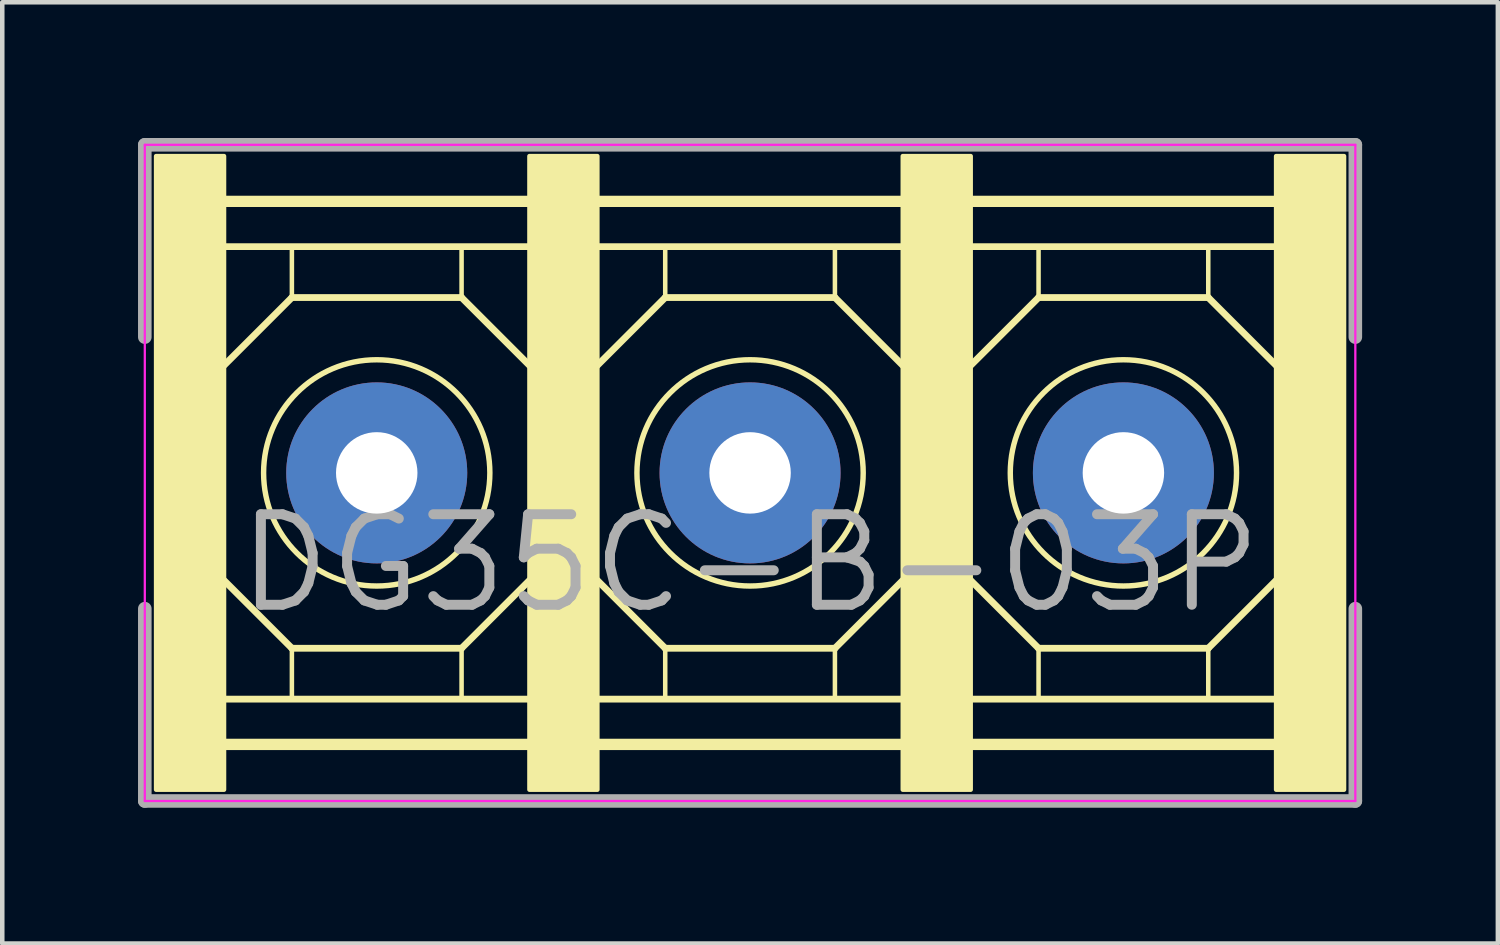
<source format=kicad_pcb>
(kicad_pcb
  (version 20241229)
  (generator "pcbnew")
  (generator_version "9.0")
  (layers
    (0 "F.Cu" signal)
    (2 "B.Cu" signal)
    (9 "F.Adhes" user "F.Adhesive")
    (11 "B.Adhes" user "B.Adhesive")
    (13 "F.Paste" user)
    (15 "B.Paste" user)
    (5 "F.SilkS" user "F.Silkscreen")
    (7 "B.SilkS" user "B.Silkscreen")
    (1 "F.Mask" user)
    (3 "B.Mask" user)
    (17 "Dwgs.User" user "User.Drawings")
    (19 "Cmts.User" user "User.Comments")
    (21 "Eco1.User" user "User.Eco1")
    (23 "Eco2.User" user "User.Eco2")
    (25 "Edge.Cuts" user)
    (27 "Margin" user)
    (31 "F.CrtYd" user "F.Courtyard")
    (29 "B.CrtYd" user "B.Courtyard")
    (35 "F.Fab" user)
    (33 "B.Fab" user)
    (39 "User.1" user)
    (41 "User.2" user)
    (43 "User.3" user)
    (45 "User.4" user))
  (footprint "DG35C-B-03P"
    (layer "F.Cu")
    (at 13.525 7.4)
    (property "Reference" "DG35C-B-03P" (at 0 2 0) (layer "F.Fab") (effects (font (size 2 2) (thickness 0.22))))
    (attr through_hole)
    (fp_line (start -11.625 -6) (end 11.75 -6) (stroke (width 0.25) (type solid)) (layer "F.SilkS"))
    (fp_line (start -11.625 -5) (end -4.875 -5) (stroke (width 0.15) (type solid)) (layer "F.SilkS"))
    (fp_line (start -11.625 -2.375) (end -10.125 -3.875) (stroke (width 0.15) (type solid)) (layer "F.SilkS"))
    (fp_line (start -11.625 6) (end 11.75 6) (stroke (width 0.25) (type solid)) (layer "F.SilkS"))
    (fp_line (start -10.125 -3.875) (end -10.125 -5) (stroke (width 0.1) (type solid)) (layer "F.SilkS"))
    (fp_line (start -10.125 -3.875) (end -6.375 -3.875) (stroke (width 0.15) (type solid)) (layer "F.SilkS"))
    (fp_line (start -10.125 3.875) (end -11.625 2.375) (stroke (width 0.15) (type solid)) (layer "F.SilkS"))
    (fp_line (start -10.125 3.875) (end -10.125 5) (stroke (width 0.1) (type solid)) (layer "F.SilkS"))
    (fp_line (start -6.375 -3.875) (end -6.375 -5) (stroke (width 0.1) (type solid)) (layer "F.SilkS"))
    (fp_line (start -6.375 -3.875) (end -4.875 -2.375) (stroke (width 0.15) (type solid)) (layer "F.SilkS"))
    (fp_line (start -6.375 3.875) (end -10.125 3.875) (stroke (width 0.15) (type solid)) (layer "F.SilkS"))
    (fp_line (start -6.375 3.875) (end -6.375 5) (stroke (width 0.1) (type solid)) (layer "F.SilkS"))
    (fp_line (start -4.875 2.375) (end -6.375 3.875) (stroke (width 0.15) (type solid)) (layer "F.SilkS"))
    (fp_line (start -4.875 5) (end -11.625 5) (stroke (width 0.15) (type solid)) (layer "F.SilkS"))
    (fp_line (start -3.375 -5) (end 3.375 -5) (stroke (width 0.15) (type solid)) (layer "F.SilkS"))
    (fp_line (start -3.375 -2.375) (end -1.875 -3.875) (stroke (width 0.15) (type solid)) (layer "F.SilkS"))
    (fp_line (start -1.875 -3.875) (end -1.875 -5) (stroke (width 0.1) (type solid)) (layer "F.SilkS"))
    (fp_line (start -1.875 -3.875) (end 1.875 -3.875) (stroke (width 0.15) (type solid)) (layer "F.SilkS"))
    (fp_line (start -1.875 3.875) (end -3.375 2.375) (stroke (width 0.15) (type solid)) (layer "F.SilkS"))
    (fp_line (start -1.875 3.875) (end -1.875 5) (stroke (width 0.1) (type solid)) (layer "F.SilkS"))
    (fp_line (start 1.875 -3.875) (end 1.875 -5) (stroke (width 0.1) (type solid)) (layer "F.SilkS"))
    (fp_line (start 1.875 -3.875) (end 3.375 -2.375) (stroke (width 0.15) (type solid)) (layer "F.SilkS"))
    (fp_line (start 1.875 3.875) (end -1.875 3.875) (stroke (width 0.15) (type solid)) (layer "F.SilkS"))
    (fp_line (start 1.875 3.875) (end 1.875 5) (stroke (width 0.1) (type solid)) (layer "F.SilkS"))
    (fp_line (start 3.375 2.375) (end 1.875 3.875) (stroke (width 0.15) (type solid)) (layer "F.SilkS"))
    (fp_line (start 3.375 5) (end -3.375 5) (stroke (width 0.15) (type solid)) (layer "F.SilkS"))
    (fp_line (start 4.875 -5) (end 11.625 -5) (stroke (width 0.15) (type solid)) (layer "F.SilkS"))
    (fp_line (start 4.875 -2.375) (end 6.375 -3.875) (stroke (width 0.15) (type solid)) (layer "F.SilkS"))
    (fp_line (start 6.375 -3.875) (end 6.375 -5) (stroke (width 0.1) (type solid)) (layer "F.SilkS"))
    (fp_line (start 6.375 -3.875) (end 10.125 -3.875) (stroke (width 0.15) (type solid)) (layer "F.SilkS"))
    (fp_line (start 6.375 3.875) (end 4.875 2.375) (stroke (width 0.15) (type solid)) (layer "F.SilkS"))
    (fp_line (start 6.375 3.875) (end 6.375 5) (stroke (width 0.1) (type solid)) (layer "F.SilkS"))
    (fp_line (start 10.125 -3.875) (end 10.125 -5) (stroke (width 0.1) (type solid)) (layer "F.SilkS"))
    (fp_line (start 10.125 -3.875) (end 11.625 -2.375) (stroke (width 0.15) (type solid)) (layer "F.SilkS"))
    (fp_line (start 10.125 3.875) (end 6.375 3.875) (stroke (width 0.15) (type solid)) (layer "F.SilkS"))
    (fp_line (start 10.125 3.875) (end 10.125 5) (stroke (width 0.1) (type solid)) (layer "F.SilkS"))
    (fp_line (start 11.625 2.375) (end 10.125 3.875) (stroke (width 0.15) (type solid)) (layer "F.SilkS"))
    (fp_line (start 11.625 5) (end 4.875 5) (stroke (width 0.15) (type solid)) (layer "F.SilkS"))
    (fp_circle (center -8.25 0) (end -5.75 0) (stroke (width 0.12) (type solid)) (fill no) (layer "F.SilkS"))
    (fp_circle (center 0 0) (end 2.5 0) (stroke (width 0.12) (type solid)) (fill no) (layer "F.SilkS"))
    (fp_circle (center 8.25 0) (end 10.75 0) (stroke (width 0.12) (type solid)) (fill no) (layer "F.SilkS"))
    (fp_poly (pts (xy -11.625 7) (xy -13.125 7) (xy -13.125 -7) (xy -11.625 -7)) (stroke (width 0.1) (type solid)) (fill yes) (layer "F.SilkS"))
    (fp_poly (pts (xy -3.375 7) (xy -4.875 7) (xy -4.875 -7) (xy -3.375 -7)) (stroke (width 0.1) (type solid)) (fill yes) (layer "F.SilkS"))
    (fp_poly (pts (xy 4.875 7) (xy 3.375 7) (xy 3.375 -7) (xy 4.875 -7)) (stroke (width 0.1) (type solid)) (fill yes) (layer "F.SilkS"))
    (fp_poly (pts (xy 13.125 7) (xy 11.625 7) (xy 11.625 -7) (xy 13.125 -7)) (stroke (width 0.1) (type solid)) (fill yes) (layer "F.SilkS"))
    (fp_line (start -13.375 -7.25) (end -13.375 7.25) (stroke (width 0.05) (type solid)) (layer "F.CrtYd"))
    (fp_line (start -13.375 -7.25) (end 13.375 -7.25) (stroke (width 0.05) (type solid)) (layer "F.CrtYd"))
    (fp_line (start -13.375 7.25) (end 13.375 7.25) (stroke (width 0.05) (type solid)) (layer "F.CrtYd"))
    (fp_line (start 13.375 -7.25) (end 13.375 7.25) (stroke (width 0.05) (type solid)) (layer "F.CrtYd"))
    (fp_line (start -13.375 -7.25) (end -13.375 -3) (stroke (width 0.3) (type solid)) (layer "F.Fab"))
    (fp_line (start -13.375 -7.25) (end 13.375 -7.25) (stroke (width 0.3) (type solid)) (layer "F.Fab"))
    (fp_line (start -13.375 3) (end -13.375 7.25) (stroke (width 0.3) (type solid)) (layer "F.Fab"))
    (fp_line (start -13.375 7.25) (end 13.375 7.25) (stroke (width 0.3) (type solid)) (layer "F.Fab"))
    (fp_line (start 13.375 -7.25) (end 13.375 -3) (stroke (width 0.3) (type solid)) (layer "F.Fab"))
    (fp_line (start 13.375 3) (end 13.375 7.25) (stroke (width 0.3) (type solid)) (layer "F.Fab"))
    (pad "1" thru_hole circle (at -8.25 0 90) (size 4 4) (drill 1.8) (layers "*.Cu" "*.Mask"))
    (pad "2" thru_hole circle (at 0 0 90) (size 4 4) (drill 1.8) (layers "*.Cu" "*.Mask"))
    (pad "3" thru_hole circle (at 8.25 0 90) (size 4 4) (drill 1.8) (layers "*.Cu" "*.Mask")))
  (gr_rect
    (start -3 -3)
    (end 30.05 17.8)
    (stroke (width 0.1) (type default))
    (fill no)
    (layer "Edge.Cuts")))
</source>
